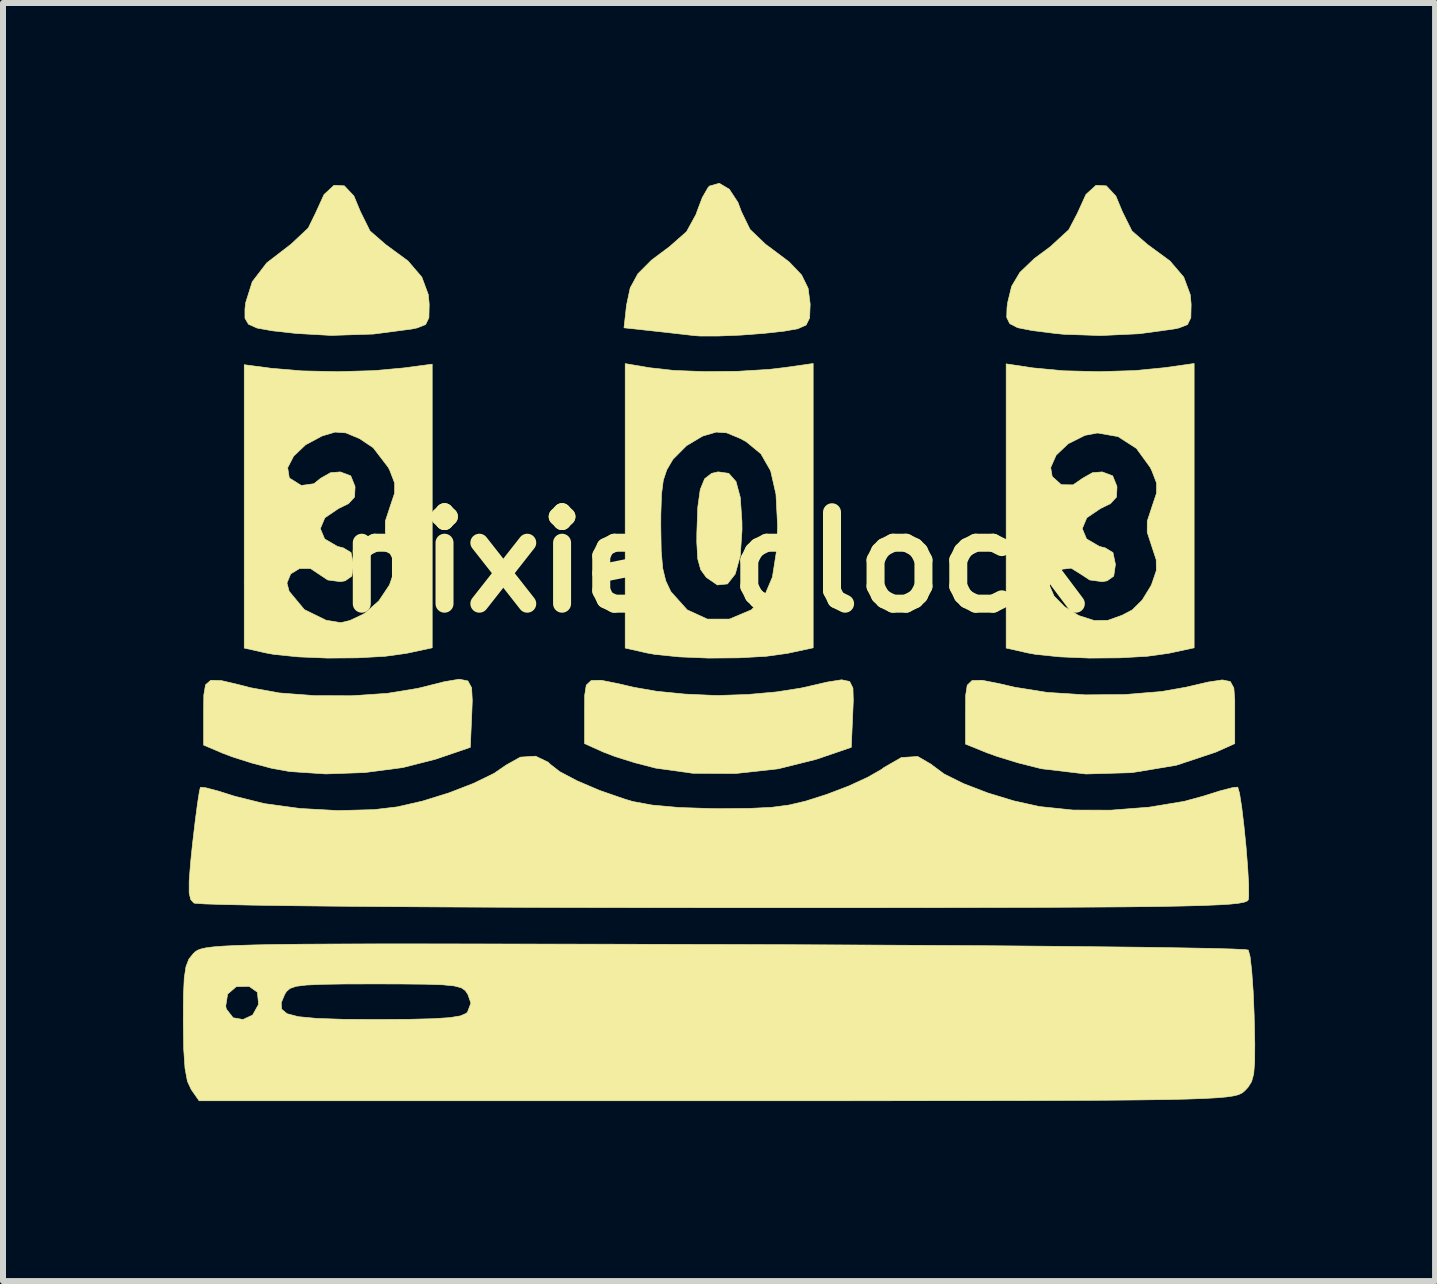
<source format=kicad_pcb>
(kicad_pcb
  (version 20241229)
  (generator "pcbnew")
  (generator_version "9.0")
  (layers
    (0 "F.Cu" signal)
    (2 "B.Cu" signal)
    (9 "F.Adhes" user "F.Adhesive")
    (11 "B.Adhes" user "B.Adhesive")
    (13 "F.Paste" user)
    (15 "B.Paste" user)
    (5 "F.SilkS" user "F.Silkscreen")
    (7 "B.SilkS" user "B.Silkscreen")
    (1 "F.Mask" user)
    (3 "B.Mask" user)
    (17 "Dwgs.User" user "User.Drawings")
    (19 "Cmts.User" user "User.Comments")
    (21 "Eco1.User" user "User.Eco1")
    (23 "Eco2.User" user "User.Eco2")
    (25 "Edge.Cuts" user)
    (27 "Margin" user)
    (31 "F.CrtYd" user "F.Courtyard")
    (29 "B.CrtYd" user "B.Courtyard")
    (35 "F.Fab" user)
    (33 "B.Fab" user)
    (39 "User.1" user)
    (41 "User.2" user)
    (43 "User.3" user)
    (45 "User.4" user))
  (footprint "nixie clock"
    (layer "F.Cu")
    (at 8.895 6.323)
    (property "Reference" "nixie clock" (at 0 0 0) (layer "F.SilkS") (effects (font (size 1.524 1.524) (thickness 0.3))))
    (attr through_hole)
    (fp_poly (pts (xy 0.202 -1.483) (xy 0.323 -1.346) (xy 0.394 -1.082) (xy 0.422 -0.673) (xy 0.423 -0.539) (xy 0.394 -0.108) (xy 0.31 0.195) (xy 0.181 0.36) (xy 0.012 0.377) (xy -0.171 0.252) (xy -0.265 0.123) (xy -0.315 -0.057) (xy -0.331 -0.336) (xy -0.33 -0.487) (xy -0.314 -0.922) (xy -0.273 -1.214) (xy -0.2 -1.393) (xy -0.083 -1.483) (xy 0.024 -1.508) (xy 0.202 -1.483)) (stroke (width 0.01) (type solid)) (fill yes) (layer "F.SilkS"))
    (fp_poly (pts (xy 8.562 1.987) (xy 8.621 2.095) (xy 8.636 2.296) (xy 8.636 2.485) (xy 8.636 3.022) (xy 8.319 3.164) (xy 7.66 3.383) (xy 6.919 3.506) (xy 6.155 3.528) (xy 5.428 3.442) (xy 5.376 3.431) (xy 5.027 3.343) (xy 4.681 3.237) (xy 4.508 3.175) (xy 4.149 3.03) (xy 4.149 2.488) (xy 4.151 2.216) (xy 4.177 2.048) (xy 4.258 1.97) (xy 4.425 1.966) (xy 4.707 2.021) (xy 4.969 2.082) (xy 5.508 2.168) (xy 6.14 2.209) (xy 6.797 2.204) (xy 7.411 2.154) (xy 7.816 2.083) (xy 8.19 1.996) (xy 8.429 1.96) (xy 8.562 1.987)) (stroke (width 0.01) (type solid)) (fill yes) (layer "F.SilkS"))
    (fp_poly (pts (xy -6.206 -6.276) (xy -6.046 -6.106) (xy -5.938 -5.846) (xy -5.778 -5.524) (xy -5.521 -5.3) (xy -5.145 -5.024) (xy -4.914 -4.754) (xy -4.806 -4.463) (xy -4.791 -4.303) (xy -4.796 -4.077) (xy -4.851 -3.963) (xy -4.993 -3.907) (xy -5.08 -3.889) (xy -5.719 -3.805) (xy -6.425 -3.782) (xy -7.007 -3.815) (xy -7.404 -3.859) (xy -7.66 -3.905) (xy -7.804 -3.969) (xy -7.862 -4.07) (xy -7.862 -4.223) (xy -7.85 -4.328) (xy -7.74 -4.677) (xy -7.499 -4.991) (xy -7.108 -5.292) (xy -7.099 -5.298) (xy -6.807 -5.572) (xy -6.687 -5.817) (xy -6.544 -6.13) (xy -6.378 -6.284) (xy -6.206 -6.276)) (stroke (width 0.01) (type solid)) (fill yes) (layer "F.SilkS"))
    (fp_poly (pts (xy -4.146 1.977) (xy -4.084 2.091) (xy -4.073 2.303) (xy -4.081 2.516) (xy -4.106 3.084) (xy -4.683 3.281) (xy -5.232 3.421) (xy -5.865 3.504) (xy -6.515 3.527) (xy -7.116 3.487) (xy -7.408 3.435) (xy -7.746 3.346) (xy -8.07 3.243) (xy -8.234 3.181) (xy -8.551 3.046) (xy -8.551 2.497) (xy -8.548 2.213) (xy -8.519 2.041) (xy -8.432 1.966) (xy -8.256 1.971) (xy -7.962 2.04) (xy -7.775 2.089) (xy -7.291 2.177) (xy -6.707 2.222) (xy -6.085 2.224) (xy -5.489 2.184) (xy -4.982 2.101) (xy -4.925 2.087) (xy -4.539 1.99) (xy -4.289 1.948) (xy -4.146 1.977)) (stroke (width 0.01) (type solid)) (fill yes) (layer "F.SilkS"))
    (fp_poly (pts (xy 2.217 1.986) (xy 2.272 2.096) (xy 2.278 2.302) (xy 2.269 2.516) (xy 2.244 3.084) (xy 1.655 3.285) (xy 1.024 3.442) (xy 0.315 3.52) (xy -0.397 3.516) (xy -1.016 3.43) (xy -1.361 3.341) (xy -1.69 3.238) (xy -1.884 3.164) (xy -2.201 3.022) (xy -2.201 2.485) (xy -2.199 2.214) (xy -2.173 2.047) (xy -2.091 1.97) (xy -1.924 1.966) (xy -1.642 2.022) (xy -1.381 2.083) (xy -1.003 2.149) (xy -0.533 2.196) (xy -0.049 2.218) (xy 0.042 2.219) (xy 0.519 2.203) (xy 0.998 2.16) (xy 1.401 2.097) (xy 1.466 2.083) (xy 1.843 1.996) (xy 2.084 1.958) (xy 2.217 1.986)) (stroke (width 0.01) (type solid)) (fill yes) (layer "F.SilkS"))
    (fp_poly (pts (xy 6.496 -6.275) (xy 6.655 -6.104) (xy 6.762 -5.846) (xy 6.922 -5.524) (xy 7.179 -5.3) (xy 7.555 -5.024) (xy 7.786 -4.754) (xy 7.894 -4.463) (xy 7.909 -4.303) (xy 7.904 -4.077) (xy 7.849 -3.963) (xy 7.707 -3.907) (xy 7.62 -3.889) (xy 7.045 -3.81) (xy 6.402 -3.78) (xy 5.787 -3.801) (xy 5.644 -3.815) (xy 5.261 -3.863) (xy 5.017 -3.911) (xy 4.885 -3.979) (xy 4.835 -4.083) (xy 4.84 -4.244) (xy 4.85 -4.326) (xy 4.917 -4.601) (xy 5.055 -4.833) (xy 5.295 -5.063) (xy 5.56 -5.259) (xy 5.87 -5.544) (xy 6.014 -5.82) (xy 6.156 -6.132) (xy 6.323 -6.284) (xy 6.496 -6.275)) (stroke (width 0.01) (type solid)) (fill yes) (layer "F.SilkS"))
    (fp_poly (pts (xy 0.211 -6.219) (xy 0.356 -5.998) (xy 0.411 -5.849) (xy 0.556 -5.55) (xy 0.817 -5.3) (xy 0.871 -5.261) (xy 1.207 -5.009) (xy 1.416 -4.79) (xy 1.525 -4.568) (xy 1.559 -4.305) (xy 1.559 -4.304) (xy 1.55 -4.073) (xy 1.491 -3.955) (xy 1.356 -3.895) (xy 1.355 -3.894) (xy 1.124 -3.853) (xy 0.785 -3.816) (xy 0.398 -3.787) (xy 0.023 -3.772) (xy -0.279 -3.772) (xy -0.381 -3.78) (xy -0.616 -3.807) (xy -0.926 -3.842) (xy -1.09 -3.86) (xy -1.544 -3.909) (xy -1.502 -4.286) (xy -1.441 -4.573) (xy -1.313 -4.809) (xy -1.086 -5.037) (xy -0.786 -5.261) (xy -0.501 -5.512) (xy -0.342 -5.802) (xy -0.328 -5.845) (xy -0.239 -6.08) (xy -0.142 -6.248) (xy -0.119 -6.272) (xy 0.044 -6.318) (xy 0.211 -6.219)) (stroke (width 0.01) (type solid)) (fill yes) (layer "F.SilkS"))
    (fp_poly (pts (xy 1.609 1.425) (xy 1.181 1.517) (xy 0.826 1.566) (xy 0.367 1.592) (xy -0.136 1.596) (xy -0.621 1.576) (xy -1.027 1.535) (xy -1.164 1.51) (xy -1.524 1.429) (xy -1.524 -0.601) (xy -0.931 -0.601) (xy -0.924 -0.188) (xy -0.899 0.1) (xy -0.849 0.307) (xy -0.768 0.479) (xy -0.76 0.492) (xy -0.491 0.792) (xy -0.156 0.946) (xy 0.213 0.946) (xy 0.579 0.792) (xy 0.79 0.577) (xy 0.93 0.245) (xy 1.003 -0.221) (xy 1.016 -0.611) (xy 0.989 -1.136) (xy 0.9 -1.526) (xy 0.738 -1.809) (xy 0.491 -2.012) (xy 0.397 -2.063) (xy 0.169 -2.158) (xy -0.006 -2.171) (xy -0.221 -2.108) (xy -0.237 -2.102) (xy -0.501 -1.945) (xy -0.725 -1.72) (xy -0.739 -1.699) (xy -0.832 -1.54) (xy -0.889 -1.368) (xy -0.919 -1.136) (xy -0.93 -0.8) (xy -0.931 -0.601) (xy -1.524 -0.601) (xy -1.524 -3.312) (xy -1.122 -3.244) (xy -0.71 -3.198) (xy -0.198 -3.179) (xy 0.349 -3.184) (xy 0.864 -3.215) (xy 1.122 -3.245) (xy 1.609 -3.314) (xy 1.609 1.425)) (stroke (width 0.01) (type solid)) (fill yes) (layer "F.SilkS"))
    (fp_poly (pts (xy 7.959 1.425) (xy 7.531 1.517) (xy 7.176 1.566) (xy 6.717 1.592) (xy 6.214 1.596) (xy 5.729 1.576) (xy 5.323 1.535) (xy 5.186 1.51) (xy 4.826 1.429) (xy 4.826 0.376) (xy 5.543 0.376) (xy 5.625 0.563) (xy 5.801 0.742) (xy 6.035 0.887) (xy 6.293 0.97) (xy 6.519 0.967) (xy 6.759 0.882) (xy 6.929 0.792) (xy 7.094 0.628) (xy 7.238 0.394) (xy 7.253 0.36) (xy 7.329 0.138) (xy 7.327 -0.043) (xy 7.253 -0.268) (xy 7.177 -0.501) (xy 7.178 -0.687) (xy 7.256 -0.924) (xy 7.256 -0.925) (xy 7.332 -1.152) (xy 7.333 -1.321) (xy 7.255 -1.525) (xy 7.228 -1.581) (xy 6.997 -1.899) (xy 6.691 -2.096) (xy 6.347 -2.156) (xy 6.14 -2.117) (xy 5.86 -1.977) (xy 5.659 -1.786) (xy 5.568 -1.58) (xy 5.593 -1.43) (xy 5.745 -1.294) (xy 5.941 -1.291) (xy 6.1 -1.401) (xy 6.264 -1.494) (xy 6.427 -1.507) (xy 6.601 -1.442) (xy 6.671 -1.27) (xy 6.673 -1.252) (xy 6.665 -1.088) (xy 6.564 -0.978) (xy 6.398 -0.897) (xy 6.17 -0.743) (xy 6.094 -0.562) (xy 6.166 -0.39) (xy 6.38 -0.265) (xy 6.477 -0.241) (xy 6.606 -0.163) (xy 6.646 0.028) (xy 6.646 0.043) (xy 6.619 0.23) (xy 6.509 0.308) (xy 6.427 0.322) (xy 6.218 0.294) (xy 6.1 0.216) (xy 5.91 0.097) (xy 5.7 0.122) (xy 5.588 0.211) (xy 5.543 0.376) (xy 4.826 0.376) (xy 4.826 -3.308) (xy 5.271 -3.241) (xy 5.778 -3.193) (xy 6.371 -3.178) (xy 6.97 -3.196) (xy 7.472 -3.245) (xy 7.959 -3.314) (xy 7.959 1.425)) (stroke (width 0.01) (type solid)) (fill yes) (layer "F.SilkS"))
    (fp_poly (pts (xy -4.741 1.425) (xy -5.169 1.517) (xy -5.524 1.566) (xy -5.983 1.592) (xy -6.486 1.596) (xy -6.971 1.576) (xy -7.377 1.535) (xy -7.514 1.51) (xy -7.874 1.429) (xy -7.874 0.344) (xy -7.162 0.344) (xy -7.126 0.482) (xy -6.872 0.788) (xy -6.511 0.965) (xy -6.265 1.006) (xy -6.114 0.97) (xy -5.902 0.87) (xy -5.858 0.844) (xy -5.63 0.642) (xy -5.457 0.383) (xy -5.449 0.365) (xy -5.371 0.14) (xy -5.372 -0.041) (xy -5.447 -0.268) (xy -5.523 -0.501) (xy -5.522 -0.687) (xy -5.444 -0.924) (xy -5.444 -0.925) (xy -5.368 -1.152) (xy -5.367 -1.321) (xy -5.445 -1.525) (xy -5.472 -1.581) (xy -5.724 -1.91) (xy -5.953 -2.063) (xy -6.182 -2.158) (xy -6.359 -2.171) (xy -6.574 -2.107) (xy -6.579 -2.105) (xy -6.851 -1.959) (xy -7.05 -1.771) (xy -7.15 -1.577) (xy -7.124 -1.412) (xy -7.115 -1.401) (xy -6.924 -1.282) (xy -6.713 -1.31) (xy -6.6 -1.401) (xy -6.436 -1.494) (xy -6.273 -1.507) (xy -6.099 -1.442) (xy -6.029 -1.27) (xy -6.027 -1.252) (xy -6.035 -1.088) (xy -6.136 -0.978) (xy -6.302 -0.897) (xy -6.53 -0.743) (xy -6.606 -0.562) (xy -6.534 -0.39) (xy -6.32 -0.265) (xy -6.223 -0.241) (xy -6.094 -0.163) (xy -6.054 0.028) (xy -6.054 0.043) (xy -6.081 0.23) (xy -6.191 0.308) (xy -6.273 0.322) (xy -6.482 0.294) (xy -6.6 0.216) (xy -6.77 0.103) (xy -6.952 0.103) (xy -7.099 0.192) (xy -7.162 0.344) (xy -7.874 0.344) (xy -7.874 -3.294) (xy -7.429 -3.235) (xy -6.915 -3.191) (xy -6.316 -3.178) (xy -5.715 -3.195) (xy -5.228 -3.239) (xy -4.741 -3.303) (xy -4.741 1.425)) (stroke (width 0.01) (type solid)) (fill yes) (layer "F.SilkS"))
    (fp_poly (pts (xy -2.807 3.332) (xy -2.783 3.358) (xy -2.614 3.49) (xy -2.321 3.644) (xy -1.948 3.803) (xy -1.534 3.946) (xy -1.397 3.987) (xy -1.076 4.046) (xy -0.622 4.087) (xy -0.069 4.105) (xy 0.085 4.106) (xy 0.558 4.101) (xy 0.914 4.084) (xy 1.204 4.046) (xy 1.481 3.981) (xy 1.796 3.881) (xy 1.844 3.865) (xy 2.198 3.73) (xy 2.518 3.583) (xy 2.747 3.452) (xy 2.788 3.421) (xy 3.078 3.254) (xy 3.352 3.236) (xy 3.584 3.371) (xy 3.593 3.381) (xy 3.792 3.528) (xy 4.114 3.688) (xy 4.517 3.843) (xy 4.957 3.977) (xy 5.383 4.071) (xy 5.94 4.129) (xy 6.571 4.131) (xy 7.211 4.081) (xy 7.794 3.984) (xy 8.116 3.896) (xy 8.392 3.809) (xy 8.597 3.756) (xy 8.686 3.747) (xy 8.716 3.851) (xy 8.752 4.08) (xy 8.789 4.39) (xy 8.824 4.738) (xy 8.851 5.08) (xy 8.868 5.372) (xy 8.869 5.57) (xy 8.862 5.625) (xy 8.841 5.646) (xy 8.791 5.665) (xy 8.701 5.682) (xy 8.563 5.697) (xy 8.366 5.709) (xy 8.101 5.72) (xy 7.759 5.729) (xy 7.331 5.737) (xy 6.806 5.743) (xy 6.175 5.747) (xy 5.429 5.751) (xy 4.558 5.753) (xy 3.553 5.755) (xy 2.404 5.756) (xy 1.101 5.756) (xy 0.108 5.756) (xy -1.182 5.755) (xy -2.404 5.753) (xy -3.547 5.749) (xy -4.601 5.744) (xy -5.557 5.738) (xy -6.405 5.731) (xy -7.137 5.723) (xy -7.741 5.714) (xy -8.208 5.704) (xy -8.529 5.694) (xy -8.694 5.683) (xy -8.714 5.678) (xy -8.766 5.621) (xy -8.792 5.51) (xy -8.792 5.315) (xy -8.768 5.004) (xy -8.736 4.692) (xy -8.692 4.319) (xy -8.652 4.014) (xy -8.62 3.812) (xy -8.604 3.749) (xy -8.513 3.758) (xy -8.308 3.812) (xy -8.032 3.899) (xy -8.032 3.899) (xy -7.538 4.022) (xy -6.943 4.103) (xy -6.312 4.138) (xy -5.71 4.122) (xy -5.322 4.076) (xy -4.903 3.98) (xy -4.462 3.843) (xy -4.049 3.683) (xy -3.711 3.518) (xy -3.508 3.379) (xy -3.272 3.247) (xy -3.017 3.231) (xy -2.807 3.332)) (stroke (width 0.01) (type solid)) (fill yes) (layer "F.SilkS"))
    (fp_poly (pts (xy -3.98 6.361) (xy -2.94 6.363) (xy -1.754 6.365) (xy -0.413 6.369) (xy 0.121 6.37) (xy 1.319 6.374) (xy 2.469 6.379) (xy 3.56 6.385) (xy 4.581 6.391) (xy 5.52 6.399) (xy 6.367 6.408) (xy 7.109 6.416) (xy 7.735 6.426) (xy 8.235 6.435) (xy 8.596 6.445) (xy 8.808 6.455) (xy 8.862 6.463) (xy 8.891 6.57) (xy 8.919 6.812) (xy 8.943 7.152) (xy 8.96 7.556) (xy 8.96 7.578) (xy 8.97 8.019) (xy 8.968 8.324) (xy 8.952 8.526) (xy 8.916 8.657) (xy 8.857 8.75) (xy 8.812 8.799) (xy 8.782 8.827) (xy 8.745 8.852) (xy 8.692 8.875) (xy 8.613 8.894) (xy 8.498 8.911) (xy 8.336 8.925) (xy 8.119 8.937) (xy 7.836 8.947) (xy 7.478 8.955) (xy 7.034 8.961) (xy 6.494 8.966) (xy 5.849 8.969) (xy 5.089 8.972) (xy 4.204 8.973) (xy 3.185 8.974) (xy 2.02 8.975) (xy 0.7 8.975) (xy 0.005 8.975) (xy -8.626 8.975) (xy -8.758 8.786) (xy -8.821 8.65) (xy -8.861 8.436) (xy -8.883 8.114) (xy -8.89 7.653) (xy -8.89 7.643) (xy -8.888 7.399) (xy -8.183 7.399) (xy -8.172 7.446) (xy -8.06 7.591) (xy -7.894 7.62) (xy -7.734 7.546) (xy -7.64 7.377) (xy -7.636 7.352) (xy -7.637 7.342) (xy -7.258 7.342) (xy -7.251 7.447) (xy -7.162 7.523) (xy -6.973 7.573) (xy -6.666 7.602) (xy -6.224 7.617) (xy -5.673 7.62) (xy -5.125 7.617) (xy -4.724 7.607) (xy -4.447 7.589) (xy -4.271 7.56) (xy -4.175 7.518) (xy -4.153 7.498) (xy -4.096 7.347) (xy -4.146 7.202) (xy -4.189 7.138) (xy -4.255 7.092) (xy -4.371 7.061) (xy -4.561 7.042) (xy -4.851 7.032) (xy -5.266 7.028) (xy -5.673 7.027) (xy -6.198 7.028) (xy -6.578 7.034) (xy -6.841 7.046) (xy -7.01 7.067) (xy -7.11 7.102) (xy -7.169 7.152) (xy -7.2 7.202) (xy -7.258 7.342) (xy -7.637 7.342) (xy -7.655 7.165) (xy -7.789 7.07) (xy -7.794 7.068) (xy -8.006 7.072) (xy -8.151 7.197) (xy -8.183 7.399) (xy -8.888 7.399) (xy -8.887 7.219) (xy -8.874 6.929) (xy -8.845 6.739) (xy -8.797 6.614) (xy -8.722 6.521) (xy -8.719 6.518) (xy -8.69 6.491) (xy -8.652 6.466) (xy -8.596 6.445) (xy -8.512 6.426) (xy -8.391 6.41) (xy -8.222 6.397) (xy -7.996 6.386) (xy -7.702 6.377) (xy -7.332 6.37) (xy -6.875 6.365) (xy -6.321 6.362) (xy -5.66 6.36) (xy -4.883 6.36) (xy -3.98 6.361)) (stroke (width 0.01) (type solid)) (fill yes) (layer "F.SilkS")))
  (gr_rect
    (start -3 -3)
    (end 20.87 18.303)
    (stroke (width 0.1) (type default))
    (fill no)
    (layer "Edge.Cuts")))
</source>
